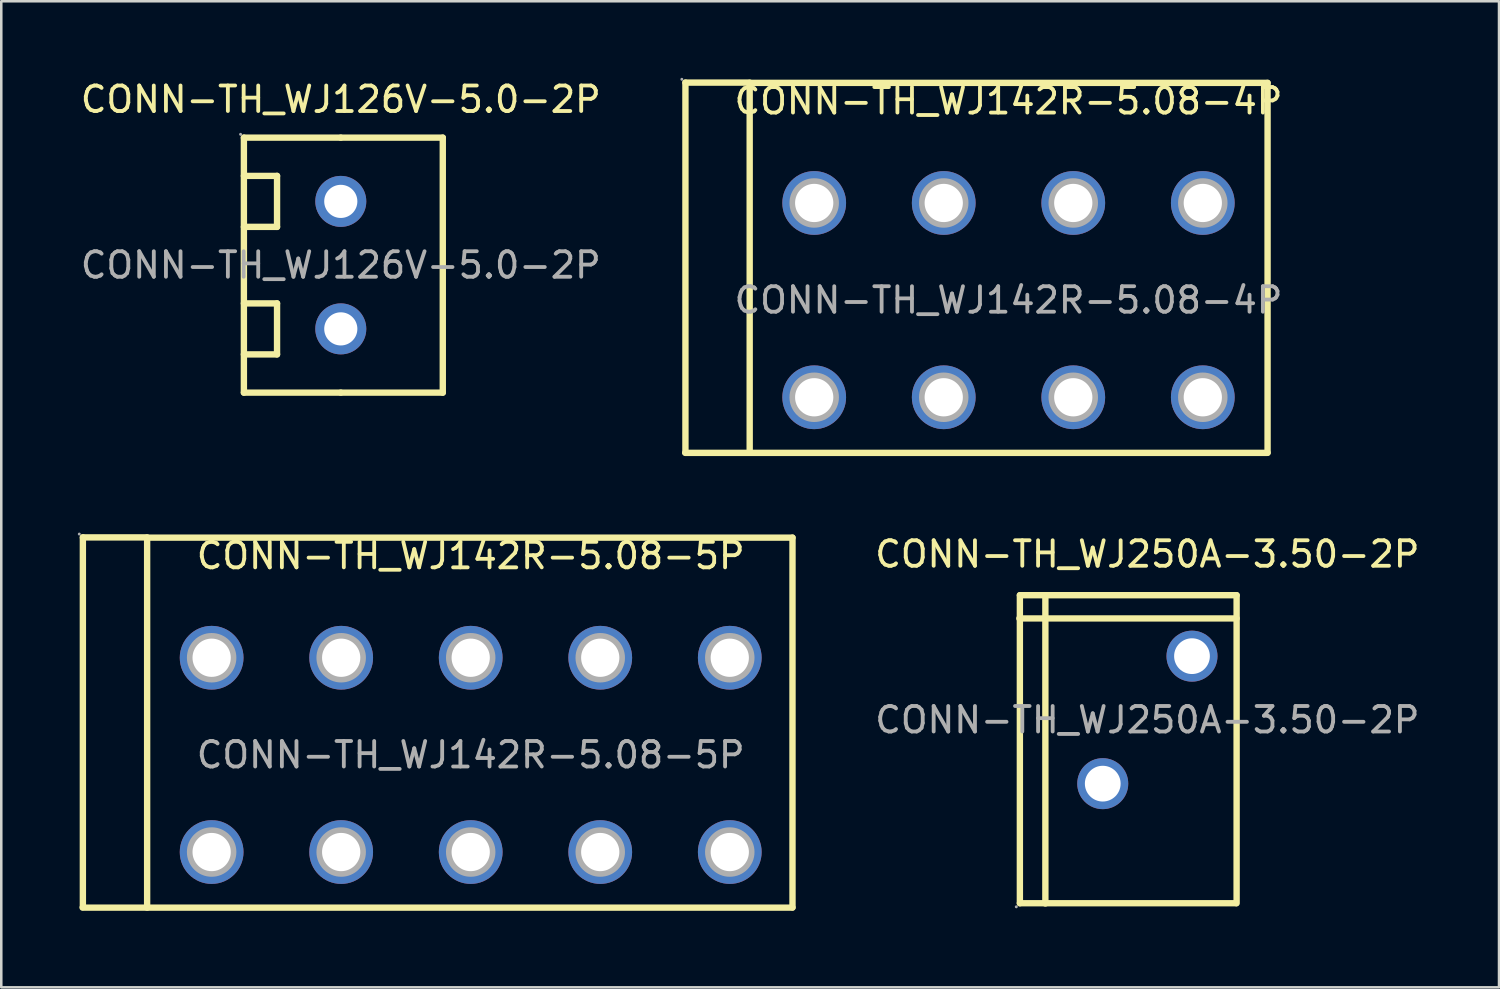
<source format=kicad_pcb>
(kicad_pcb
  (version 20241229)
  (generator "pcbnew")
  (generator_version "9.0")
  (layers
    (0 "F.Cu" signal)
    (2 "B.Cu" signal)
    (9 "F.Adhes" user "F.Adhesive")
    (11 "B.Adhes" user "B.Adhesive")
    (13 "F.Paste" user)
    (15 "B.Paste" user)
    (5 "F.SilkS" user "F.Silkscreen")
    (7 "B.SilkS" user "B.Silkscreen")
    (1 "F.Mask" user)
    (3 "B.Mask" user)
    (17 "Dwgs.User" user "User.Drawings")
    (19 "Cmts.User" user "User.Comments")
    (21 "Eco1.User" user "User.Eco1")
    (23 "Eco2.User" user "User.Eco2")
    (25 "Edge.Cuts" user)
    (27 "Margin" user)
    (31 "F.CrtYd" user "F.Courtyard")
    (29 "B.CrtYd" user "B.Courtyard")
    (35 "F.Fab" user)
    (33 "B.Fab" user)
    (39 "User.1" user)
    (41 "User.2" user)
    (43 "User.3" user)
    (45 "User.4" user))
  (footprint "CONN-TH_WJ142R-5.08-5P"
    (layer "F.Cu")
    (at 15.41 26.555)
    (property "Reference" "CONN-TH_WJ142R-5.08-5P" (at 0 -7.81 0) (layer "F.SilkS") (effects (font (size 1 1) (thickness 0.15))))
    (attr through_hole)
    (fp_line (start -15.22 5.99) (end 12.62 5.99) (stroke (width 0.25) (type solid)) (layer "F.SilkS"))
    (fp_line (start -15.21 -8.53) (end -15.21 5.97) (stroke (width 0.25) (type solid)) (layer "F.SilkS"))
    (fp_line (start -12.7 -8.52) (end 12.62 -8.52) (stroke (width 0.25) (type solid)) (layer "F.SilkS"))
    (fp_line (start -12.69 -8.53) (end -15.21 -8.53) (stroke (width 0.25) (type solid)) (layer "F.SilkS"))
    (fp_line (start -12.69 -8.51) (end -12.69 5.99) (stroke (width 0.25) (type solid)) (layer "F.SilkS"))
    (fp_line (start 12.62 -8.52) (end 12.62 5.98) (stroke (width 0.25) (type solid)) (layer "F.SilkS"))
    (fp_circle (center -15.35 -8.66) (end -15.32 -8.66) (stroke (width 0.06) (type solid)) (fill no) (layer "F.Fab"))
    (fp_circle (center -10.16 -3.81) (end -9.84 -3.81) (stroke (width 0.65) (type solid)) (fill no) (layer "F.Fab"))
    (fp_circle (center -10.16 3.81) (end -9.84 3.81) (stroke (width 0.65) (type solid)) (fill no) (layer "F.Fab"))
    (fp_circle (center -5.08 -3.81) (end -4.76 -3.81) (stroke (width 0.65) (type solid)) (fill no) (layer "F.Fab"))
    (fp_circle (center -5.08 3.81) (end -4.76 3.81) (stroke (width 0.65) (type solid)) (fill no) (layer "F.Fab"))
    (fp_circle (center 0 -3.81) (end 0.32 -3.81) (stroke (width 0.65) (type solid)) (fill no) (layer "F.Fab"))
    (fp_circle (center 0 3.81) (end 0.32 3.81) (stroke (width 0.65) (type solid)) (fill no) (layer "F.Fab"))
    (fp_circle (center 5.08 -3.81) (end 5.4 -3.81) (stroke (width 0.65) (type solid)) (fill no) (layer "F.Fab"))
    (fp_circle (center 5.08 3.81) (end 5.4 3.81) (stroke (width 0.65) (type solid)) (fill no) (layer "F.Fab"))
    (fp_circle (center 10.16 -3.81) (end 10.48 -3.81) (stroke (width 0.65) (type solid)) (fill no) (layer "F.Fab"))
    (fp_circle (center 10.16 3.81) (end 10.48 3.81) (stroke (width 0.65) (type solid)) (fill no) (layer "F.Fab"))
    (fp_text user "${REFERENCE}" (at 0 0 0) (layer "F.Fab") (effects (font (size 1 1) (thickness 0.15))))
    (pad "1" thru_hole circle (at -10.16 -3.81) (size 2.5 2.5) (drill 1.5) (layers "*.Cu" "*.Paste" "*.Mask"))
    (pad "1" thru_hole circle (at -10.16 3.81) (size 2.5 2.5) (drill 1.5) (layers "*.Cu" "*.Paste" "*.Mask"))
    (pad "2" thru_hole circle (at -5.08 -3.81) (size 2.5 2.5) (drill 1.5) (layers "*.Cu" "*.Paste" "*.Mask"))
    (pad "2" thru_hole circle (at -5.08 3.81) (size 2.5 2.5) (drill 1.5) (layers "*.Cu" "*.Paste" "*.Mask"))
    (pad "3" thru_hole circle (at 0 -3.81) (size 2.5 2.5) (drill 1.5) (layers "*.Cu" "*.Paste" "*.Mask"))
    (pad "3" thru_hole circle (at 0 3.81) (size 2.5 2.5) (drill 1.5) (layers "*.Cu" "*.Paste" "*.Mask"))
    (pad "4" thru_hole circle (at 5.08 -3.81) (size 2.5 2.5) (drill 1.5) (layers "*.Cu" "*.Paste" "*.Mask"))
    (pad "4" thru_hole circle (at 5.08 3.81) (size 2.5 2.5) (drill 1.5) (layers "*.Cu" "*.Paste" "*.Mask"))
    (pad "5" thru_hole circle (at 10.16 -3.81) (size 2.5 2.5) (drill 1.5) (layers "*.Cu" "*.Paste" "*.Mask"))
    (pad "5" thru_hole circle (at 10.16 3.81) (size 2.5 2.5) (drill 1.5) (layers "*.Cu" "*.Paste" "*.Mask")))
  (footprint "CONN-TH_WJ250A-3.50-2P"
    (layer "F.Cu")
    (at 41.947 25.183)
    (property "Reference" "CONN-TH_WJ250A-3.50-2P" (at 0 -6.5 0) (layer "F.SilkS") (effects (font (size 1 1) (thickness 0.15))))
    (attr through_hole)
    (fp_line (start -5.02 -3.98) (end 3.5 -3.98) (stroke (width 0.25) (type solid)) (layer "F.SilkS"))
    (fp_line (start -5 -4.89) (end -5 7.19) (stroke (width 0.25) (type solid)) (layer "F.SilkS"))
    (fp_line (start -5 -4.89) (end 3.5 -4.89) (stroke (width 0.25) (type solid)) (layer "F.SilkS"))
    (fp_line (start -5 7.19) (end 3.47 7.19) (stroke (width 0.25) (type solid)) (layer "F.SilkS"))
    (fp_line (start -4 -4.88) (end -4 7.2) (stroke (width 0.25) (type solid)) (layer "F.SilkS"))
    (fp_line (start 3.5 -4.89) (end 3.5 7.19) (stroke (width 0.25) (type solid)) (layer "F.SilkS"))
    (fp_circle (center -5.14 7.33) (end -5.11 7.33) (stroke (width 0.06) (type solid)) (fill no) (layer "F.Fab"))
    (fp_circle (center -1.75 2.5) (end -1.45 2.5) (stroke (width 0.6) (type solid)) (fill no) (layer "F.Fab"))
    (fp_circle (center 1.75 -2.5) (end 2.05 -2.5) (stroke (width 0.6) (type solid)) (fill no) (layer "F.Fab"))
    (fp_text user "${REFERENCE}" (at 0 0 0) (layer "F.Fab") (effects (font (size 1 1) (thickness 0.15))))
    (pad "1" thru_hole circle (at -1.75 2.5) (size 2 2) (drill 1.402) (layers "*.Cu" "*.Paste" "*.Mask"))
    (pad "2" thru_hole circle (at 1.75 -2.5) (size 2 2) (drill 1.402) (layers "*.Cu" "*.Paste" "*.Mask")))
  (footprint "CONN-TH_WJ126V-5.0-2P"
    (layer "F.Cu")
    (at 10.315 7.348)
    (property "Reference" "CONN-TH_WJ126V-5.0-2P" (at 0 -6.5 0) (layer "F.SilkS") (effects (font (size 1 1) (thickness 0.15))))
    (attr through_hole)
    (fp_line (start -3.8 -5) (end 0 -5) (stroke (width 0.25) (type solid)) (layer "F.SilkS"))
    (fp_line (start -3.8 -3.5) (end -2.5 -3.5) (stroke (width 0.25) (type solid)) (layer "F.SilkS"))
    (fp_line (start -3.8 1.5) (end -2.5 1.5) (stroke (width 0.25) (type solid)) (layer "F.SilkS"))
    (fp_line (start -3.8 5) (end -3.8 -5) (stroke (width 0.25) (type solid)) (layer "F.SilkS"))
    (fp_line (start -2.5 -3.5) (end -2.5 -1.5) (stroke (width 0.25) (type solid)) (layer "F.SilkS"))
    (fp_line (start -2.5 -1.5) (end -3.8 -1.5) (stroke (width 0.25) (type solid)) (layer "F.SilkS"))
    (fp_line (start -2.5 1.5) (end -2.5 3.5) (stroke (width 0.25) (type solid)) (layer "F.SilkS"))
    (fp_line (start -2.5 3.5) (end -3.8 3.5) (stroke (width 0.25) (type solid)) (layer "F.SilkS"))
    (fp_line (start 0 -5) (end 4 -5) (stroke (width 0.25) (type solid)) (layer "F.SilkS"))
    (fp_line (start 0 5) (end -3.8 5) (stroke (width 0.25) (type solid)) (layer "F.SilkS"))
    (fp_line (start 4 -5) (end 4 5) (stroke (width 0.25) (type solid)) (layer "F.SilkS"))
    (fp_line (start 4 5) (end 0 5) (stroke (width 0.25) (type solid)) (layer "F.SilkS"))
    (fp_circle (center -3.93 -5.13) (end -3.9 -5.13) (stroke (width 0.06) (type solid)) (fill no) (layer "F.Fab"))
    (fp_circle (center 0 -2.5) (end 0.28 -2.5) (stroke (width 0.55) (type solid)) (fill no) (layer "F.Fab"))
    (fp_circle (center 0 2.5) (end 0.28 2.5) (stroke (width 0.55) (type solid)) (fill no) (layer "F.Fab"))
    (fp_text user "${REFERENCE}" (at 0 0 0) (layer "F.Fab") (effects (font (size 1 1) (thickness 0.15))))
    (pad "1" thru_hole circle (at 0 -2.5 270) (size 2 2) (drill 1.3) (layers "*.Cu" "*.Paste" "*.Mask"))
    (pad "2" thru_hole circle (at 0 2.5 270) (size 2 2) (drill 1.3) (layers "*.Cu" "*.Paste" "*.Mask")))
  (footprint "CONN-TH_WJ142R-5.08-4P"
    (layer "F.Cu")
    (at 36.501 8.72)
    (property "Reference" "CONN-TH_WJ142R-5.08-4P" (at 0 -7.81 0) (layer "F.SilkS") (effects (font (size 1 1) (thickness 0.15))))
    (attr through_hole)
    (fp_line (start -12.68 5.99) (end 10.16 5.99) (stroke (width 0.25) (type solid)) (layer "F.SilkS"))
    (fp_line (start -12.67 -8.53) (end -12.67 5.97) (stroke (width 0.25) (type solid)) (layer "F.SilkS"))
    (fp_line (start -10.16 -8.52) (end 10.16 -8.52) (stroke (width 0.25) (type solid)) (layer "F.SilkS"))
    (fp_line (start -10.15 -8.53) (end -12.67 -8.53) (stroke (width 0.25) (type solid)) (layer "F.SilkS"))
    (fp_line (start -10.15 -8.51) (end -10.15 5.99) (stroke (width 0.25) (type solid)) (layer "F.SilkS"))
    (fp_line (start 10.16 -8.52) (end 10.16 5.98) (stroke (width 0.25) (type solid)) (layer "F.SilkS"))
    (fp_circle (center -12.81 -8.66) (end -12.78 -8.66) (stroke (width 0.06) (type solid)) (fill no) (layer "F.Fab"))
    (fp_circle (center -7.62 -3.81) (end -7.3 -3.81) (stroke (width 0.65) (type solid)) (fill no) (layer "F.Fab"))
    (fp_circle (center -7.62 3.81) (end -7.3 3.81) (stroke (width 0.65) (type solid)) (fill no) (layer "F.Fab"))
    (fp_circle (center -2.54 -3.81) (end -2.22 -3.81) (stroke (width 0.65) (type solid)) (fill no) (layer "F.Fab"))
    (fp_circle (center -2.54 3.81) (end -2.22 3.81) (stroke (width 0.65) (type solid)) (fill no) (layer "F.Fab"))
    (fp_circle (center 2.54 -3.81) (end 2.86 -3.81) (stroke (width 0.65) (type solid)) (fill no) (layer "F.Fab"))
    (fp_circle (center 2.54 3.81) (end 2.86 3.81) (stroke (width 0.65) (type solid)) (fill no) (layer "F.Fab"))
    (fp_circle (center 7.62 -3.81) (end 7.94 -3.81) (stroke (width 0.65) (type solid)) (fill no) (layer "F.Fab"))
    (fp_circle (center 7.62 3.81) (end 7.94 3.81) (stroke (width 0.65) (type solid)) (fill no) (layer "F.Fab"))
    (fp_text user "${REFERENCE}" (at 0 0 0) (layer "F.Fab") (effects (font (size 1 1) (thickness 0.15))))
    (pad "1" thru_hole circle (at -7.62 -3.81) (size 2.5 2.5) (drill 1.5) (layers "*.Cu" "*.Paste" "*.Mask"))
    (pad "1" thru_hole circle (at -7.62 3.81) (size 2.5 2.5) (drill 1.5) (layers "*.Cu" "*.Paste" "*.Mask"))
    (pad "2" thru_hole circle (at -2.54 -3.81) (size 2.5 2.5) (drill 1.5) (layers "*.Cu" "*.Paste" "*.Mask"))
    (pad "2" thru_hole circle (at -2.54 3.81) (size 2.5 2.5) (drill 1.5) (layers "*.Cu" "*.Paste" "*.Mask"))
    (pad "3" thru_hole circle (at 2.54 -3.81) (size 2.5 2.5) (drill 1.5) (layers "*.Cu" "*.Paste" "*.Mask"))
    (pad "3" thru_hole circle (at 2.54 3.81) (size 2.5 2.5) (drill 1.5) (layers "*.Cu" "*.Paste" "*.Mask"))
    (pad "4" thru_hole circle (at 7.62 -3.81) (size 2.5 2.5) (drill 1.5) (layers "*.Cu" "*.Paste" "*.Mask"))
    (pad "4" thru_hole circle (at 7.62 3.81) (size 2.5 2.5) (drill 1.5) (layers "*.Cu" "*.Paste" "*.Mask")))
  (gr_rect
    (start -3 -3)
    (end 55.738 35.67)
    (stroke (width 0.1) (type default))
    (fill no)
    (layer "Edge.Cuts")))
</source>
